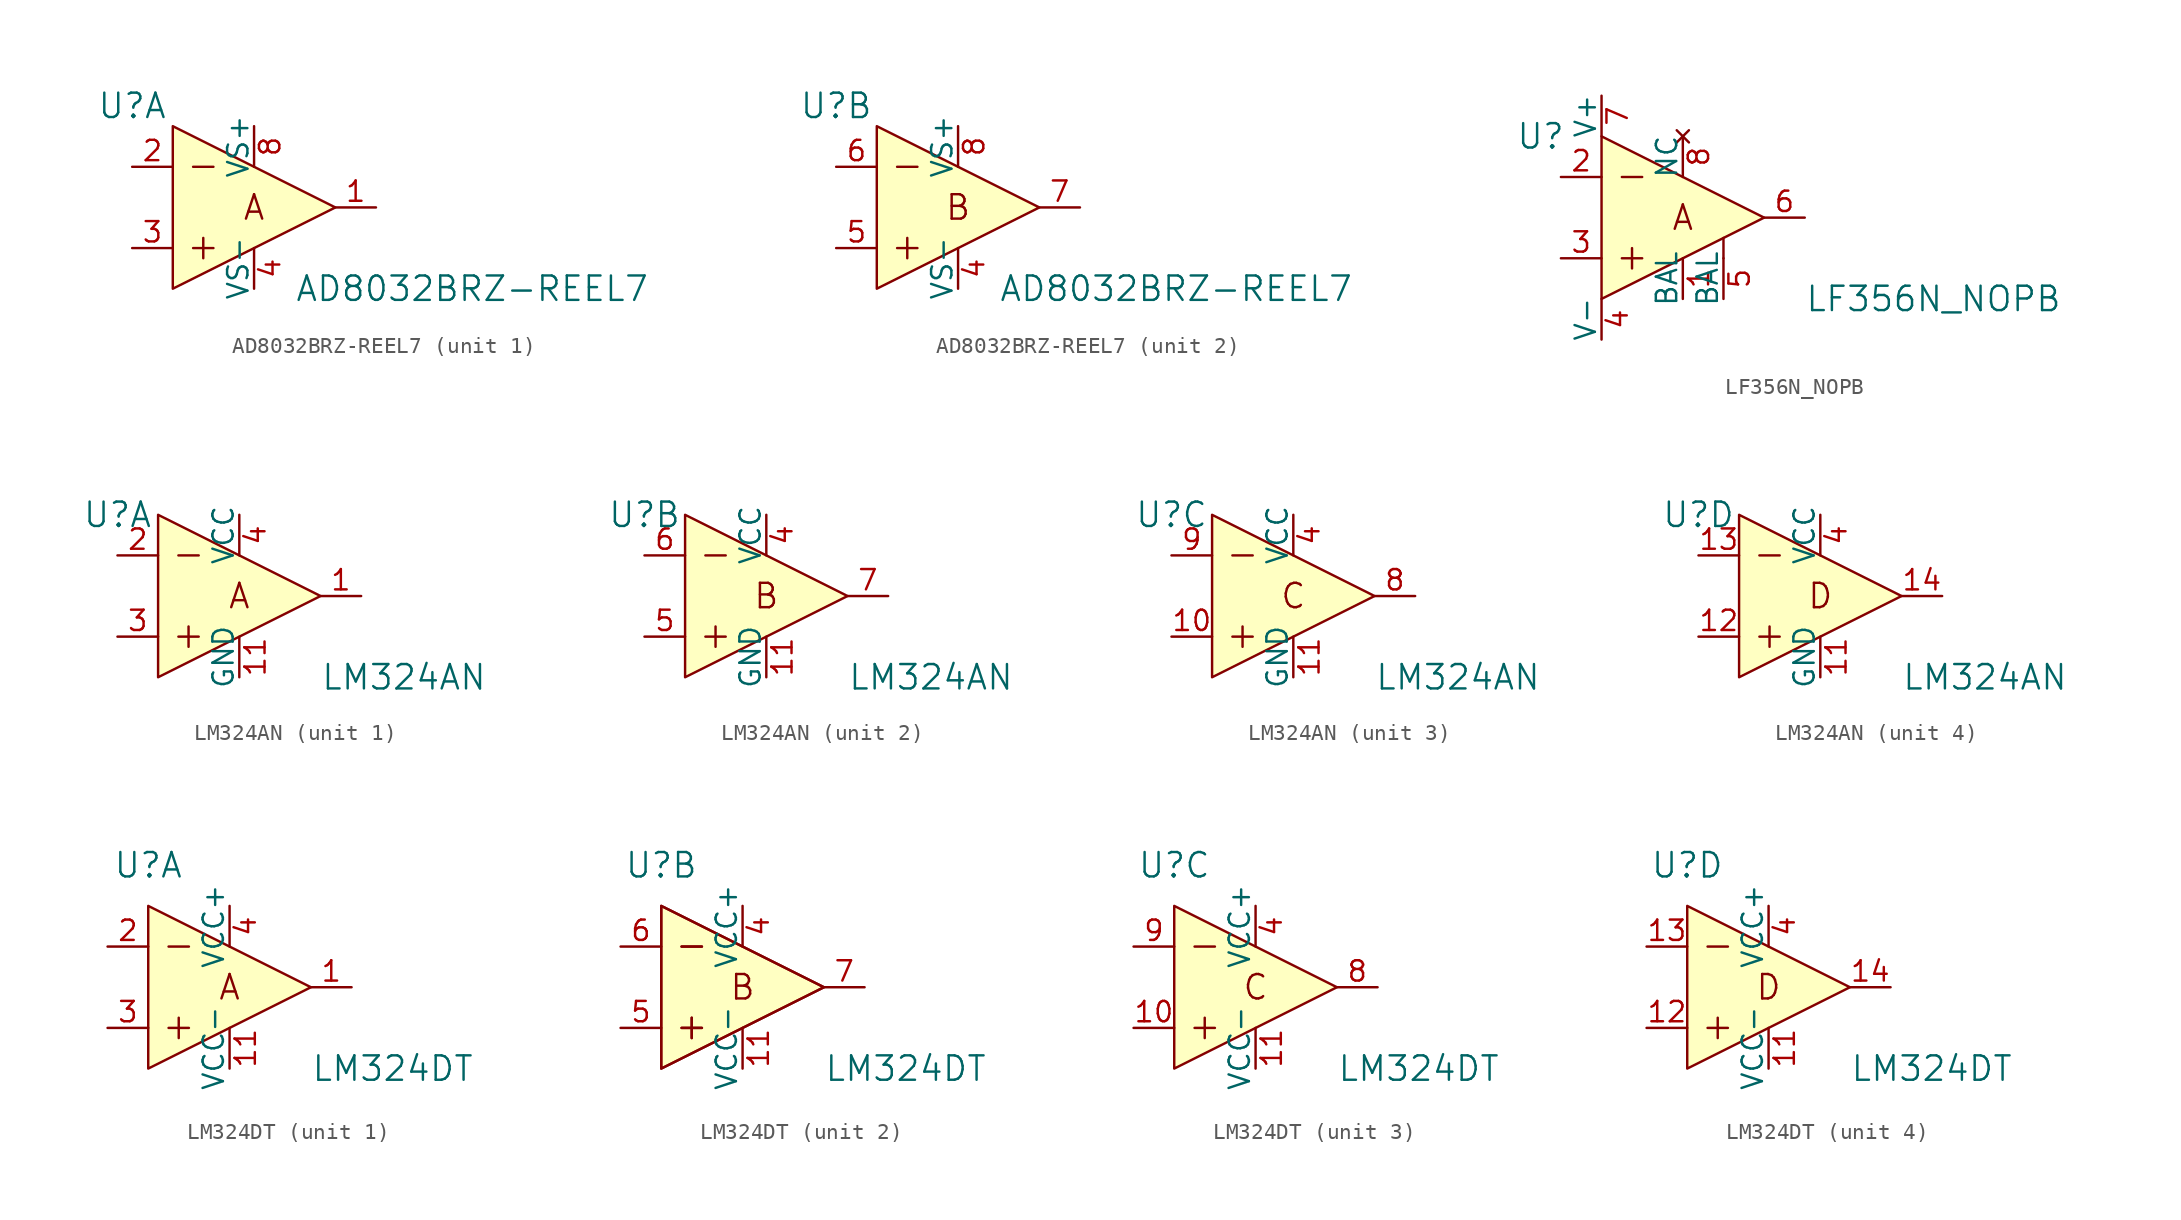
<source format=kicad_sym>
(kicad_symbol_lib
  (version 20231120)
  (generator "kicad_symbol_editor")
  (generator_version "8.0")
  (symbol "AD8032BRZ-REEL7"
    (pin_names
      (offset 0))
    (property "Reference" "U"
      (at -7.62 6.35 0)
      (effects (font (size 1.524 1.524))))
    (property "Value" "AD8032BRZ-REEL7"
      (at 2.54 -5.08 0)
      (effects (font (size 1.524 1.524)) (justify left)))
    (property "ki_locked" ""
      (at 0 0 0)
      (effects (font (size 1.27 1.27))))
    (symbol "AD8032BRZ-REEL7_0_1"
      (polyline (pts (xy -3.81 -2.54) (xy -2.54 -2.54)) (stroke (width 0) (type solid)) (fill (type none)))
      (polyline (pts (xy -3.81 2.54) (xy -2.54 2.54)) (stroke (width 0) (type solid)) (fill (type none)))
      (polyline (pts (xy -3.175 -3.175) (xy -3.175 -1.905)) (stroke (width 0) (type solid)) (fill (type none)))
      (polyline (pts (xy -5.08 5.08) (xy -5.08 -5.08) (xy 5.08 0) (xy -5.08 5.08)) (stroke (width 0) (type solid)) (fill (type background))))
    (symbol "AD8032BRZ-REEL7_1_0"
      (text "A" (at 0 0 0) (effects (font (size 1.524 1.524)))))
    (symbol "AD8032BRZ-REEL7_1_1"
      (pin output line (at 7.62 0 180) (length 2.54) (name "~" (effects (font (size 1.27 1.27)))) (number "1" (effects (font (size 1.27 1.27)))))
      (pin input line (at -7.62 2.54 0) (length 2.54) (name "~" (effects (font (size 1.27 1.27)))) (number "2" (effects (font (size 1.27 1.27)))))
      (pin input line (at -7.62 -2.54 0) (length 2.54) (name "~" (effects (font (size 1.27 1.27)))) (number "3" (effects (font (size 1.27 1.27)))))
      (pin power_in line (at 0 -5.08 90) (length 2.54) (name "VS-" (effects (font (size 1.27 1.27)))) (number "4" (effects (font (size 1.27 1.27)))))
      (pin power_in line (at 0 5.08 270) (length 2.54) (name "VS+" (effects (font (size 1.27 1.27)))) (number "8" (effects (font (size 1.27 1.27))))))
    (symbol "AD8032BRZ-REEL7_2_0"
      (text "B" (at 0 0 0) (effects (font (size 1.524 1.524)))))
    (symbol "AD8032BRZ-REEL7_2_1"
      (pin power_in line (at 0 -5.08 90) (length 2.54) (name "VS-" (effects (font (size 1.27 1.27)))) (number "4" (effects (font (size 1.27 1.27)))))
      (pin input line (at -7.62 -2.54 0) (length 2.54) (name "~" (effects (font (size 1.27 1.27)))) (number "5" (effects (font (size 1.27 1.27)))))
      (pin input line (at -7.62 2.54 0) (length 2.54) (name "~" (effects (font (size 1.27 1.27)))) (number "6" (effects (font (size 1.27 1.27)))))
      (pin output line (at 7.62 0 180) (length 2.54) (name "~" (effects (font (size 1.27 1.27)))) (number "7" (effects (font (size 1.27 1.27)))))
      (pin power_in line (at 0 5.08 270) (length 2.54) (name "VS+" (effects (font (size 1.27 1.27)))) (number "8" (effects (font (size 1.27 1.27)))))))
  (symbol "LF356N_NOPB"
    (pin_names
      (offset 0))
    (property "Reference" "U"
      (at -8.89 5.08 0)
      (effects (font (size 1.524 1.524))))
    (property "Value" "LF356N_NOPB"
      (at 7.62 -5.08 0)
      (effects (font (size 1.524 1.524)) (justify left)))
    (symbol "LF356N_NOPB_0_0"
      (text "A" (at 0 0 0) (effects (font (size 1.524 1.524)))))
    (symbol "LF356N_NOPB_1_0"
      (polyline (pts (xy -3.81 -2.54) (xy -2.54 -2.54)) (stroke (width 0) (type solid)) (fill (type none)))
      (polyline (pts (xy -3.81 2.54) (xy -2.54 2.54)) (stroke (width 0) (type solid)) (fill (type none)))
      (polyline (pts (xy -3.175 -1.905) (xy -3.175 -3.175)) (stroke (width 0) (type solid)) (fill (type none)))
      (polyline (pts (xy 2.54 -1.27) (xy 2.54 -2.54)) (stroke (width 0) (type solid)) (fill (type none)))
      (polyline (pts (xy -5.08 5.08) (xy -5.08 -5.08) (xy 5.08 0) (xy -5.08 5.08)) (stroke (width 0) (type solid)) (fill (type background))))
    (symbol "LF356N_NOPB_1_1"
      (pin input line (at 0 -5.08 90) (length 2.54) (name "BAL" (effects (font (size 1.27 1.27)))) (number "1" (effects (font (size 1.27 1.27)))))
      (pin input line (at -7.62 2.54 0) (length 2.54) (name "~" (effects (font (size 1.27 1.27)))) (number "2" (effects (font (size 1.27 1.27)))))
      (pin input line (at -7.62 -2.54 0) (length 2.54) (name "~" (effects (font (size 1.27 1.27)))) (number "3" (effects (font (size 1.27 1.27)))))
      (pin power_in line (at -5.08 -7.62 90) (length 2.54) (name "V-" (effects (font (size 1.27 1.27)))) (number "4" (effects (font (size 1.27 1.27)))))
      (pin input line (at 2.54 -5.08 90) (length 2.54) (name "BAL" (effects (font (size 1.27 1.27)))) (number "5" (effects (font (size 1.27 1.27)))))
      (pin output line (at 7.62 0 180) (length 2.54) (name "~" (effects (font (size 1.27 1.27)))) (number "6" (effects (font (size 1.27 1.27)))))
      (pin power_in line (at -5.08 7.62 270) (length 2.54) (name "V+" (effects (font (size 1.27 1.27)))) (number "7" (effects (font (size 1.27 1.27)))))
      (pin no_connect line (at 0 5.08 270) (length 2.54) (name "NC" (effects (font (size 1.27 1.27)))) (number "8" (effects (font (size 1.27 1.27)))))))
  (symbol "LM324AN"
    (pin_names
      (offset 0))
    (property "Reference" "U"
      (at -7.62 5.08 0)
      (effects (font (size 1.524 1.524))))
    (property "Value" "LM324AN"
      (at 5.08 -5.08 0)
      (effects (font (size 1.524 1.524)) (justify left)))
    (property "ki_locked" ""
      (at 0 0 0)
      (effects (font (size 1.27 1.27))))
    (symbol "LM324AN_0_0"
      (polyline (pts (xy -3.81 -2.54) (xy -2.54 -2.54)) (stroke (width 0) (type solid)) (fill (type none)))
      (polyline (pts (xy -3.81 2.54) (xy -2.54 2.54)) (stroke (width 0) (type solid)) (fill (type none)))
      (polyline (pts (xy -3.175 -1.905) (xy -3.175 -3.175)) (stroke (width 0) (type solid)) (fill (type none)))
      (polyline (pts (xy 5.08 0) (xy -5.08 5.08) (xy -5.08 -5.08) (xy 5.08 0)) (stroke (width 0) (type solid)) (fill (type background))))
    (symbol "LM324AN_1_0"
      (text "A" (at 0 0 0) (effects (font (size 1.524 1.524)))))
    (symbol "LM324AN_1_1"
      (pin output line (at 7.62 0 180) (length 2.54) (name "~" (effects (font (size 1.27 1.27)))) (number "1" (effects (font (size 1.27 1.27)))))
      (pin power_in line (at 0 -5.08 90) (length 2.54) (name "GND" (effects (font (size 1.27 1.27)))) (number "11" (effects (font (size 1.27 1.27)))))
      (pin input line (at -7.62 2.54 0) (length 2.54) (name "~" (effects (font (size 1.27 1.27)))) (number "2" (effects (font (size 1.27 1.27)))))
      (pin input line (at -7.62 -2.54 0) (length 2.54) (name "~" (effects (font (size 1.27 1.27)))) (number "3" (effects (font (size 1.27 1.27)))))
      (pin power_in line (at 0 5.08 270) (length 2.54) (name "VCC" (effects (font (size 1.27 1.27)))) (number "4" (effects (font (size 1.27 1.27))))))
    (symbol "LM324AN_2_0"
      (text "B" (at 0 0 0) (effects (font (size 1.524 1.524)))))
    (symbol "LM324AN_2_1"
      (pin power_in line (at 0 -5.08 90) (length 2.54) (name "GND" (effects (font (size 1.27 1.27)))) (number "11" (effects (font (size 1.27 1.27)))))
      (pin power_in line (at 0 5.08 270) (length 2.54) (name "VCC" (effects (font (size 1.27 1.27)))) (number "4" (effects (font (size 1.27 1.27)))))
      (pin input line (at -7.62 -2.54 0) (length 2.54) (name "~" (effects (font (size 1.27 1.27)))) (number "5" (effects (font (size 1.27 1.27)))))
      (pin input line (at -7.62 2.54 0) (length 2.54) (name "~" (effects (font (size 1.27 1.27)))) (number "6" (effects (font (size 1.27 1.27)))))
      (pin output line (at 7.62 0 180) (length 2.54) (name "~" (effects (font (size 1.27 1.27)))) (number "7" (effects (font (size 1.27 1.27))))))
    (symbol "LM324AN_3_0"
      (text "C" (at 0 0 0) (effects (font (size 1.524 1.524)))))
    (symbol "LM324AN_3_1"
      (pin input line (at -7.62 -2.54 0) (length 2.54) (name "~" (effects (font (size 1.27 1.27)))) (number "10" (effects (font (size 1.27 1.27)))))
      (pin power_in line (at 0 -5.08 90) (length 2.54) (name "GND" (effects (font (size 1.27 1.27)))) (number "11" (effects (font (size 1.27 1.27)))))
      (pin power_in line (at 0 5.08 270) (length 2.54) (name "VCC" (effects (font (size 1.27 1.27)))) (number "4" (effects (font (size 1.27 1.27)))))
      (pin output line (at 7.62 0 180) (length 2.54) (name "~" (effects (font (size 1.27 1.27)))) (number "8" (effects (font (size 1.27 1.27)))))
      (pin input line (at -7.62 2.54 0) (length 2.54) (name "~" (effects (font (size 1.27 1.27)))) (number "9" (effects (font (size 1.27 1.27))))))
    (symbol "LM324AN_4_0"
      (text "D" (at 0 0 0) (effects (font (size 1.524 1.524)))))
    (symbol "LM324AN_4_1"
      (pin power_in line (at 0 -5.08 90) (length 2.54) (name "GND" (effects (font (size 1.27 1.27)))) (number "11" (effects (font (size 1.27 1.27)))))
      (pin input line (at -7.62 -2.54 0) (length 2.54) (name "~" (effects (font (size 1.27 1.27)))) (number "12" (effects (font (size 1.27 1.27)))))
      (pin input line (at -7.62 2.54 0) (length 2.54) (name "~" (effects (font (size 1.27 1.27)))) (number "13" (effects (font (size 1.27 1.27)))))
      (pin output line (at 7.62 0 180) (length 2.54) (name "~" (effects (font (size 1.27 1.27)))) (number "14" (effects (font (size 1.27 1.27)))))
      (pin power_in line (at 0 5.08 270) (length 2.54) (name "VCC" (effects (font (size 1.27 1.27)))) (number "4" (effects (font (size 1.27 1.27)))))))
  (symbol "LM324DT"
    (pin_names
      (offset 0))
    (property "Reference" "U"
      (at -5.08 7.62 0)
      (effects (font (size 1.524 1.524))))
    (property "Value" "LM324DT"
      (at 5.08 -5.08 0)
      (effects (font (size 1.524 1.524)) (justify left)))
    (property "ki_locked" ""
      (at 0 0 0)
      (effects (font (size 1.27 1.27))))
    (symbol "LM324DT_0_0"
      (polyline (pts (xy -3.81 -2.54) (xy -2.54 -2.54)) (stroke (width 0) (type solid)) (fill (type none)))
      (polyline (pts (xy -3.81 2.54) (xy -2.54 2.54)) (stroke (width 0) (type solid)) (fill (type none)))
      (polyline (pts (xy -3.175 -1.905) (xy -3.175 -3.175)) (stroke (width 0) (type solid)) (fill (type none)))
      (polyline (pts (xy -5.08 5.08) (xy -5.08 -5.08) (xy 5.08 0) (xy -5.08 5.08)) (stroke (width 0) (type solid)) (fill (type background))))
    (symbol "LM324DT_1_0"
      (text "A" (at 0 0 0) (effects (font (size 1.524 1.524)))))
    (symbol "LM324DT_1_1"
      (pin output line (at 7.62 0 180) (length 2.54) (name "~" (effects (font (size 1.27 1.27)))) (number "1" (effects (font (size 1.27 1.27)))))
      (pin power_in line (at 0 -5.08 90) (length 2.54) (name "VCC-" (effects (font (size 1.27 1.27)))) (number "11" (effects (font (size 1.27 1.27)))))
      (pin input line (at -7.62 2.54 0) (length 2.54) (name "~" (effects (font (size 1.27 1.27)))) (number "2" (effects (font (size 1.27 1.27)))))
      (pin input line (at -7.62 -2.54 0) (length 2.54) (name "~" (effects (font (size 1.27 1.27)))) (number "3" (effects (font (size 1.27 1.27)))))
      (pin power_in line (at 0 5.08 270) (length 2.54) (name "VCC+" (effects (font (size 1.27 1.27)))) (number "4" (effects (font (size 1.27 1.27))))))
    (symbol "LM324DT_2_0"
      (polyline (pts (xy -3.81 -2.54) (xy -2.54 -2.54)) (stroke (width 0) (type solid)) (fill (type none)))
      (polyline (pts (xy -3.81 2.54) (xy -2.54 2.54)) (stroke (width 0) (type solid)) (fill (type none)))
      (polyline (pts (xy -3.175 -1.905) (xy -3.175 -3.175)) (stroke (width 0) (type solid)) (fill (type none)))
      (polyline (pts (xy -5.08 5.08) (xy -5.08 -5.08) (xy 5.08 0) (xy -5.08 5.08)) (stroke (width 0) (type solid)) (fill (type background)))
      (text "B" (at 0 0 0) (effects (font (size 1.524 1.524)))))
    (symbol "LM324DT_2_1"
      (pin power_in line (at 0 -5.08 90) (length 2.54) (name "VCC-" (effects (font (size 1.27 1.27)))) (number "11" (effects (font (size 1.27 1.27)))))
      (pin power_in line (at 0 5.08 270) (length 2.54) (name "VCC+" (effects (font (size 1.27 1.27)))) (number "4" (effects (font (size 1.27 1.27)))))
      (pin input line (at -7.62 -2.54 0) (length 2.54) (name "~" (effects (font (size 1.27 1.27)))) (number "5" (effects (font (size 1.27 1.27)))))
      (pin input line (at -7.62 2.54 0) (length 2.54) (name "~" (effects (font (size 1.27 1.27)))) (number "6" (effects (font (size 1.27 1.27)))))
      (pin output line (at 7.62 0 180) (length 2.54) (name "~" (effects (font (size 1.27 1.27)))) (number "7" (effects (font (size 1.27 1.27))))))
    (symbol "LM324DT_3_0"
      (text "C" (at 0 0 0) (effects (font (size 1.524 1.524)))))
    (symbol "LM324DT_3_1"
      (pin input line (at -7.62 -2.54 0) (length 2.54) (name "~" (effects (font (size 1.27 1.27)))) (number "10" (effects (font (size 1.27 1.27)))))
      (pin power_in line (at 0 -5.08 90) (length 2.54) (name "VCC-" (effects (font (size 1.27 1.27)))) (number "11" (effects (font (size 1.27 1.27)))))
      (pin power_in line (at 0 5.08 270) (length 2.54) (name "VCC+" (effects (font (size 1.27 1.27)))) (number "4" (effects (font (size 1.27 1.27)))))
      (pin output line (at 7.62 0 180) (length 2.54) (name "~" (effects (font (size 1.27 1.27)))) (number "8" (effects (font (size 1.27 1.27)))))
      (pin input line (at -7.62 2.54 0) (length 2.54) (name "~" (effects (font (size 1.27 1.27)))) (number "9" (effects (font (size 1.27 1.27))))))
    (symbol "LM324DT_4_0"
      (text "D" (at 0 0 0) (effects (font (size 1.524 1.524)))))
    (symbol "LM324DT_4_1"
      (pin power_in line (at 0 -5.08 90) (length 2.54) (name "VCC-" (effects (font (size 1.27 1.27)))) (number "11" (effects (font (size 1.27 1.27)))))
      (pin input line (at -7.62 -2.54 0) (length 2.54) (name "~" (effects (font (size 1.27 1.27)))) (number "12" (effects (font (size 1.27 1.27)))))
      (pin input line (at -7.62 2.54 0) (length 2.54) (name "~" (effects (font (size 1.27 1.27)))) (number "13" (effects (font (size 1.27 1.27)))))
      (pin output line (at 7.62 0 180) (length 2.54) (name "~" (effects (font (size 1.27 1.27)))) (number "14" (effects (font (size 1.27 1.27)))))
      (pin power_in line (at 0 5.08 270) (length 2.54) (name "VCC+" (effects (font (size 1.27 1.27)))) (number "4" (effects (font (size 1.27 1.27))))))))
</source>
